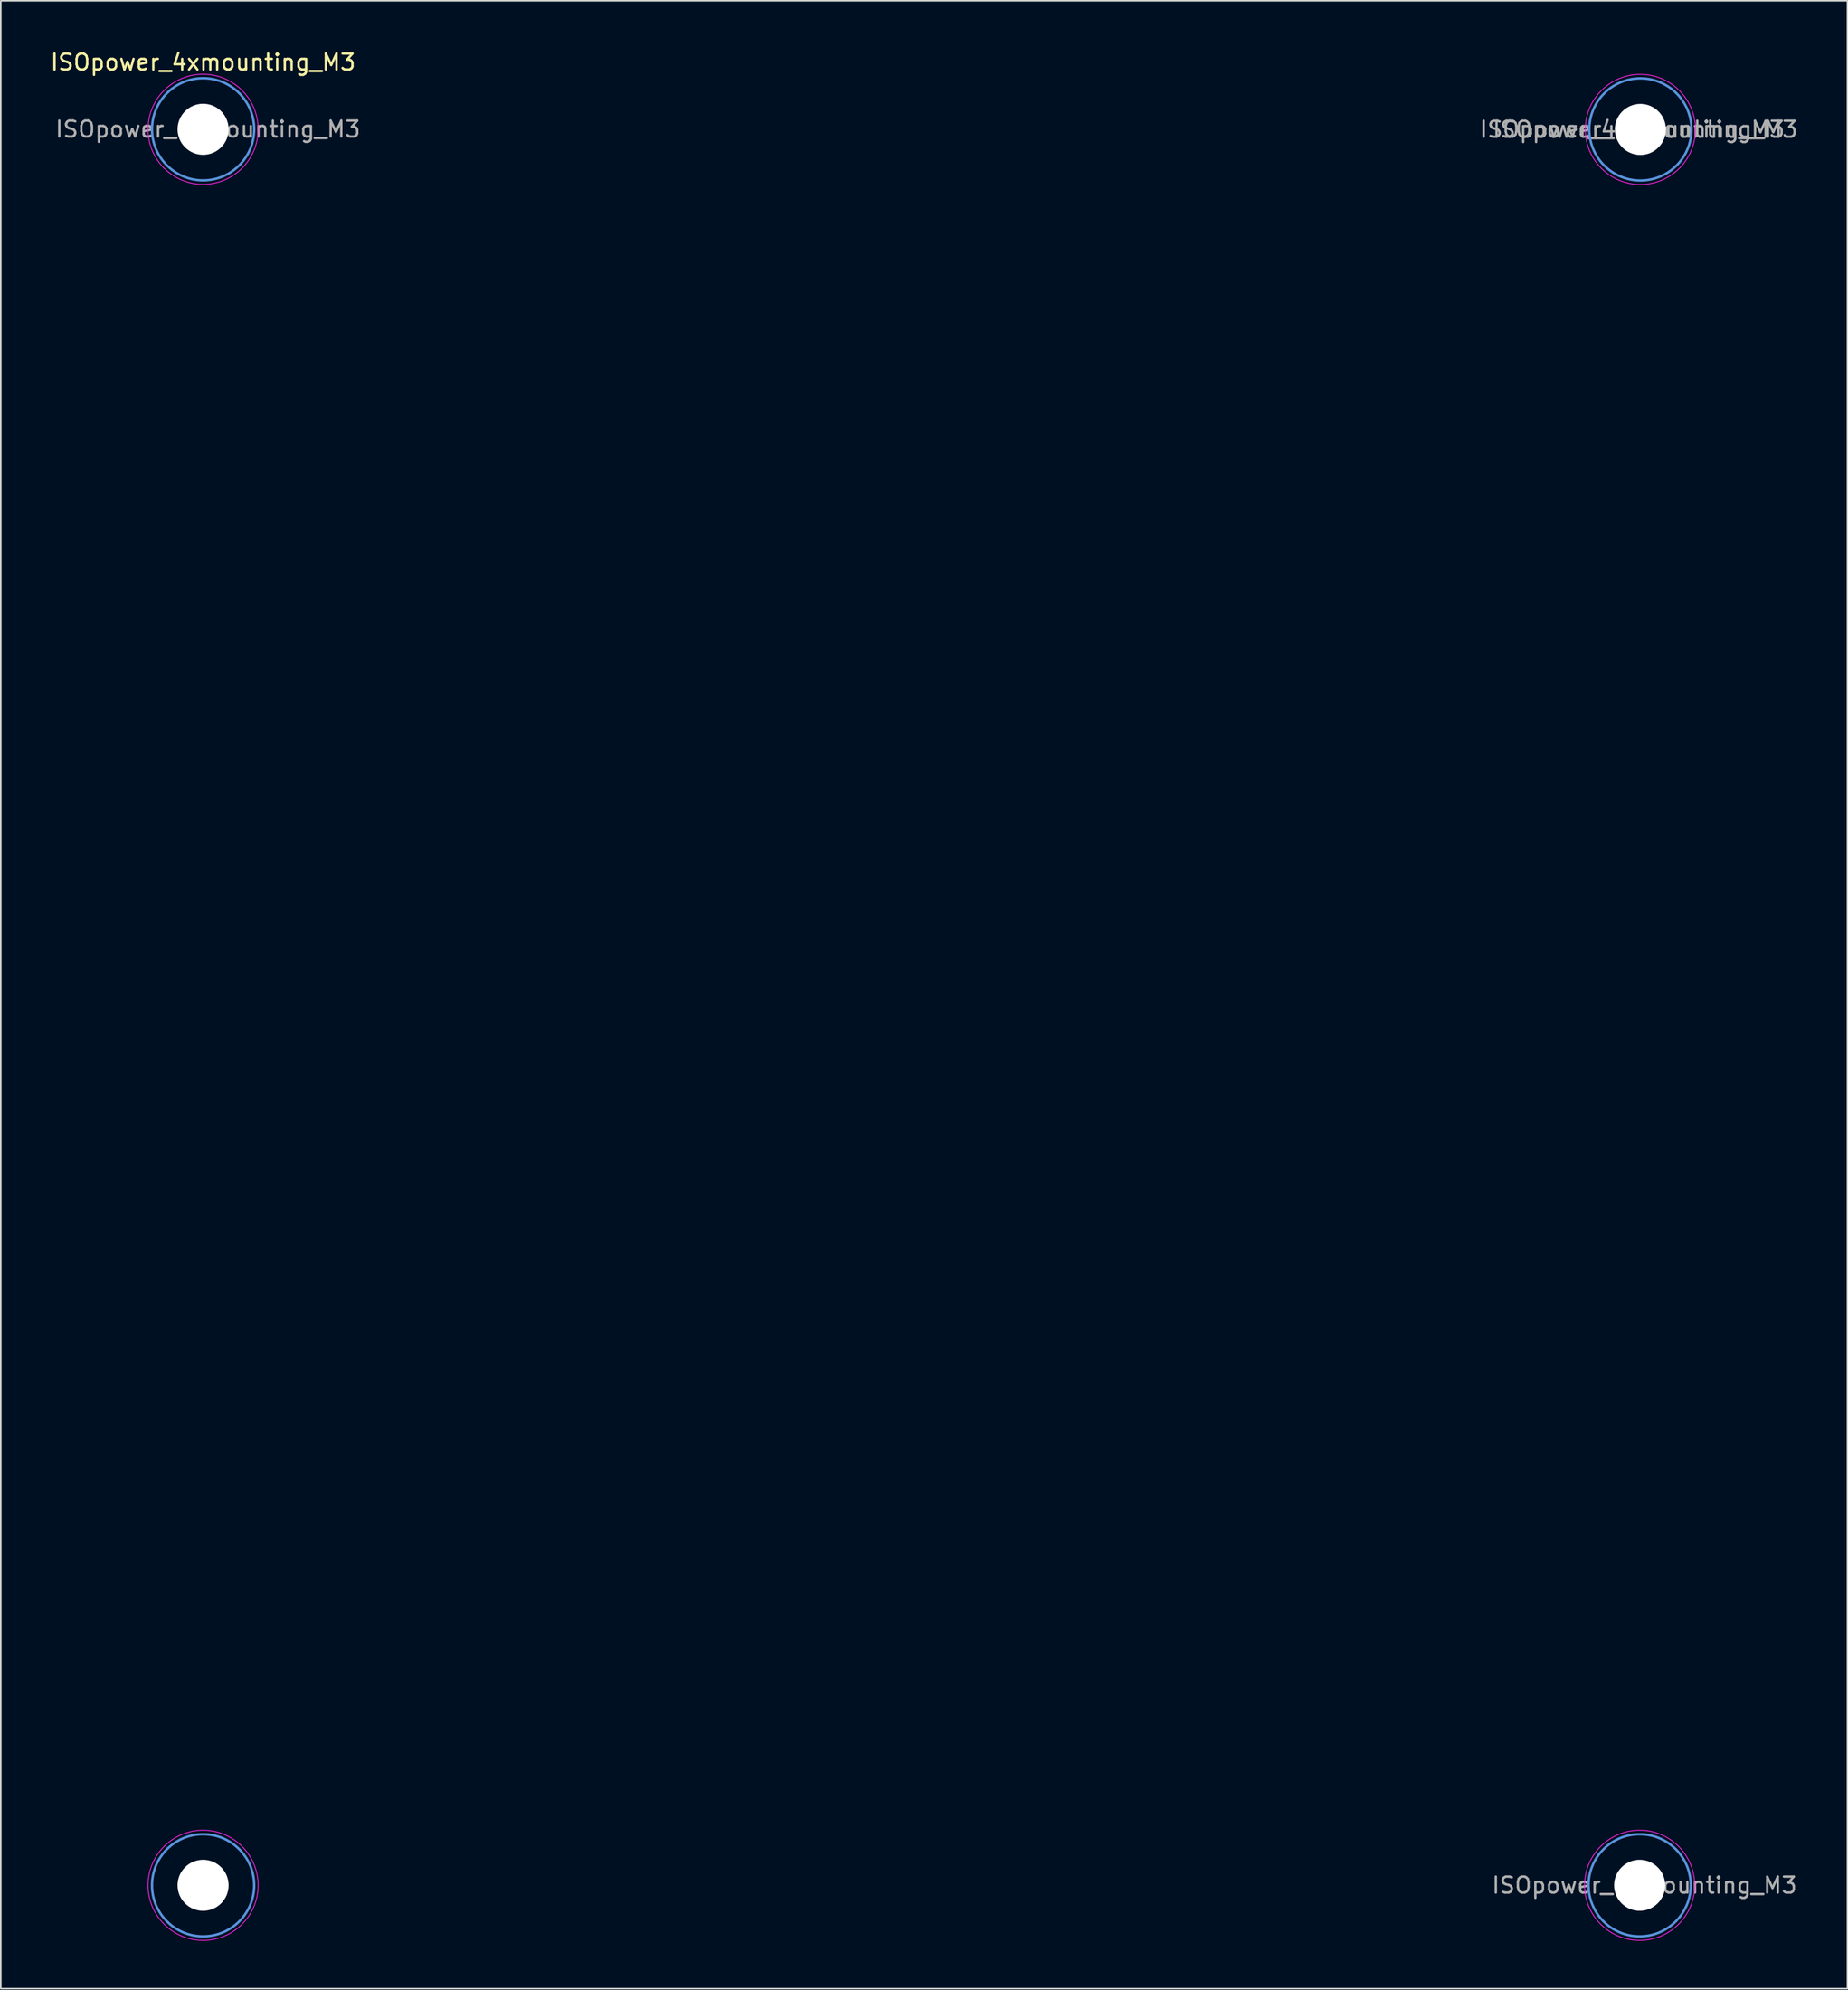
<source format=kicad_pcb>
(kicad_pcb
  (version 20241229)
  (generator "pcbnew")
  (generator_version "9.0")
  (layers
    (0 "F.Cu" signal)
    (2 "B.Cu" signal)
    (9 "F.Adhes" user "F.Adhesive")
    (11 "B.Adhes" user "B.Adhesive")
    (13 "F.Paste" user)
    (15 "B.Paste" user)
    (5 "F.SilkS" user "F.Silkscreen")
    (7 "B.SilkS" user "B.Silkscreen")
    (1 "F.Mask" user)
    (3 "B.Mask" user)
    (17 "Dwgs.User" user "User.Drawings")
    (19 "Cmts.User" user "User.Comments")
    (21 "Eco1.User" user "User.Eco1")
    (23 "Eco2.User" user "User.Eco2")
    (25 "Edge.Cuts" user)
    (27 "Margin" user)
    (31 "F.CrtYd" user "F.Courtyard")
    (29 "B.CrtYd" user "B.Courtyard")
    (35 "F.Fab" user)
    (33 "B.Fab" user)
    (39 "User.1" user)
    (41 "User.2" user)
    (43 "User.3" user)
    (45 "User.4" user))
  (footprint "ISOpower_4xmounting_M3"
    (layer "F.Cu")
    (at 9.673 5.184)
    (property "Reference" "ISOpower_4xmounting_M3" (at 0 -4.336 0) (layer "F.SilkS") (effects (font (size 1 1) (thickness 0.15))))
    (attr exclude_from_pos_files exclude_from_bom)
    (fp_circle (center 0 -0.136) (end 3.2 -0.136) (stroke (width 0.15) (type solid)) (fill no) (layer "Cmts.User"))
    (fp_circle (center 0 109.855) (end 3.2 109.855) (stroke (width 0.15) (type solid)) (fill no) (layer "Cmts.User"))
    (fp_circle (center 89.997 109.855) (end 93.197 109.855) (stroke (width 0.15) (type solid)) (fill no) (layer "Cmts.User"))
    (fp_circle (center 90.043 -0.127) (end 93.243 -0.127) (stroke (width 0.15) (type solid)) (fill no) (layer "Cmts.User"))
    (fp_circle (center 0 -0.136) (end 3.45 -0.136) (stroke (width 0.05) (type solid)) (fill no) (layer "F.CrtYd"))
    (fp_circle (center 0 109.855) (end 3.45 109.855) (stroke (width 0.05) (type solid)) (fill no) (layer "F.CrtYd"))
    (fp_circle (center 89.997 109.855) (end 93.447 109.855) (stroke (width 0.05) (type solid)) (fill no) (layer "F.CrtYd"))
    (fp_circle (center 90.043 -0.127) (end 93.493 -0.127) (stroke (width 0.05) (type solid)) (fill no) (layer "F.CrtYd"))
    (fp_text user "${REFERENCE}" (at 0.3 -0.136 0) (layer "F.Fab") (effects (font (size 1 1) (thickness 0.15))))
    (fp_text user "${REFERENCE}" (at 89.535 -0.127 0) (layer "F.Fab") (effects (font (size 1 1) (thickness 0.15))))
    (fp_text user "${REFERENCE}" (at 90.297 109.855 0) (layer "F.Fab") (effects (font (size 1 1) (thickness 0.15))))
    (fp_text user "${REFERENCE}" (at 90.343 -0.127 0) (layer "F.Fab") (effects (font (size 1 1) (thickness 0.15))))
    (pad "" np_thru_hole circle (at 0 -0.136) (size 3.2 3.2) (drill 3.2) (layers "*.Cu" "*.Mask"))
    (pad "" np_thru_hole circle (at 0 109.855) (size 3.2 3.2) (drill 3.2) (layers "*.Cu" "*.Mask"))
    (pad "" np_thru_hole circle (at 89.997 109.855) (size 3.2 3.2) (drill 3.2) (layers "*.Cu" "*.Mask"))
    (pad "" np_thru_hole circle (at 90.043 -0.127) (size 3.2 3.2) (drill 3.2) (layers "*.Cu" "*.Mask")))
  (gr_rect
    (start -3 -3)
    (end 112.688 121.514)
    (stroke (width 0.1) (type default))
    (fill no)
    (layer "Edge.Cuts")))
</source>
